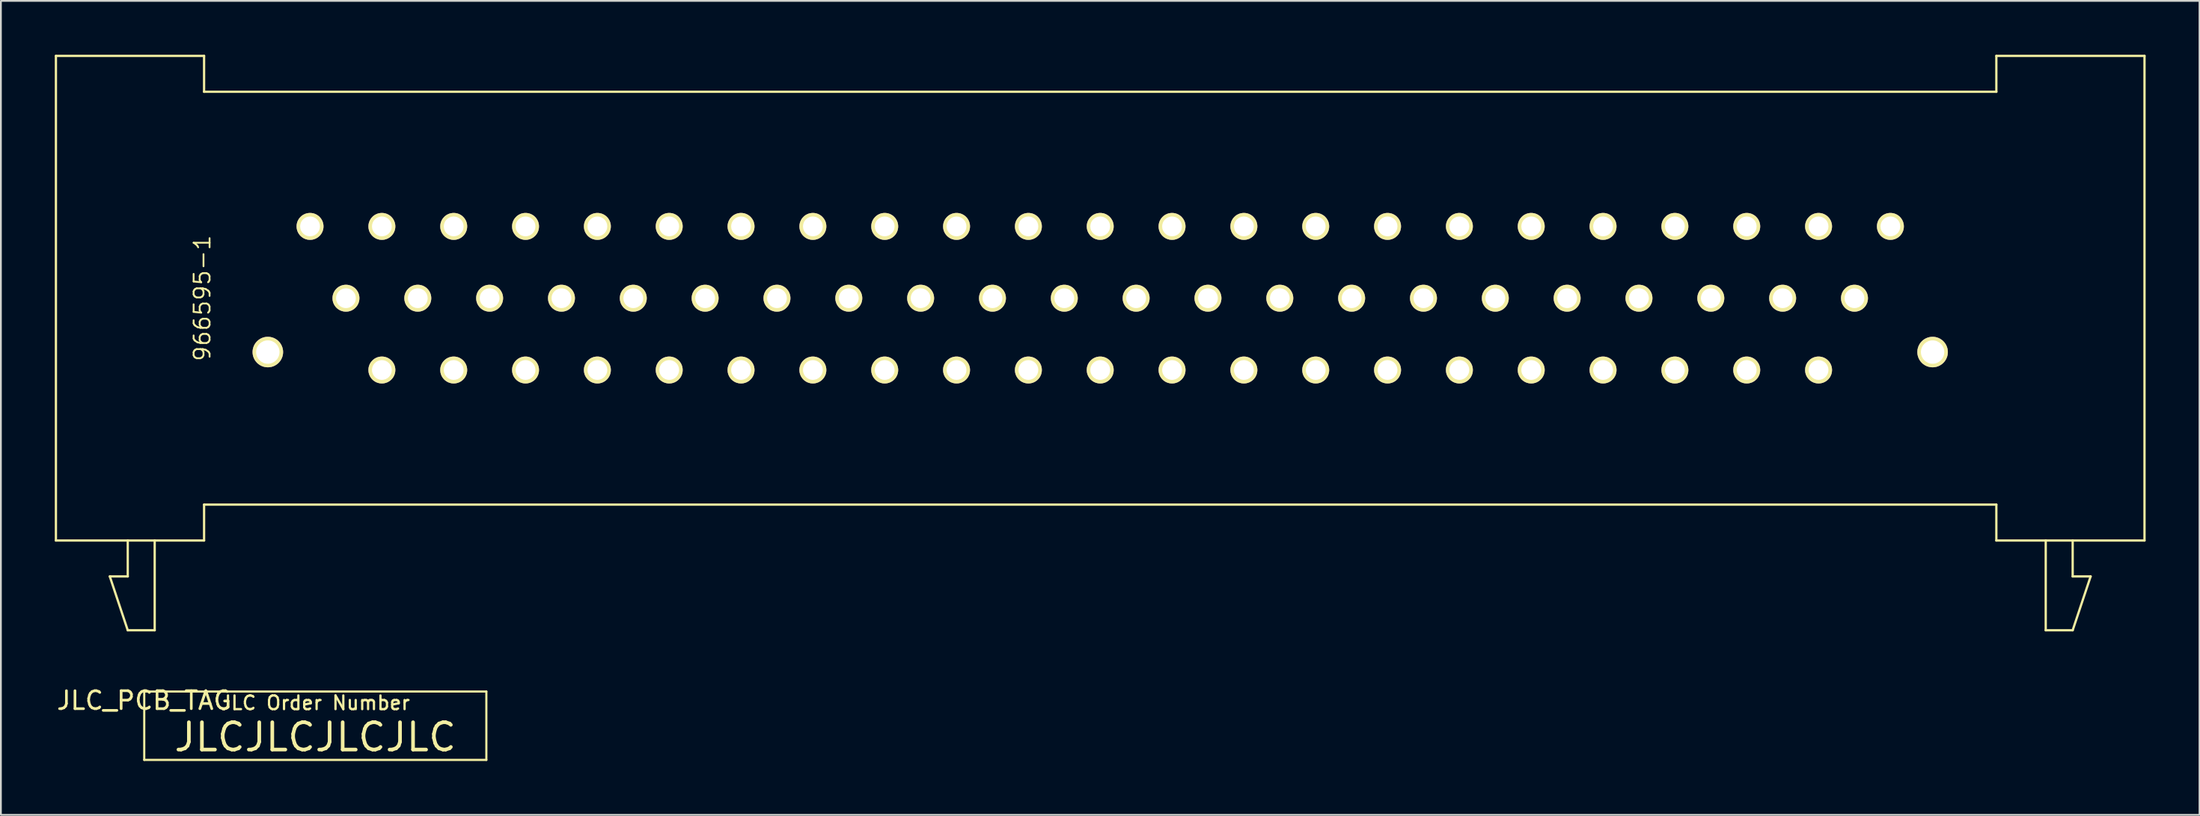
<source format=kicad_pcb>
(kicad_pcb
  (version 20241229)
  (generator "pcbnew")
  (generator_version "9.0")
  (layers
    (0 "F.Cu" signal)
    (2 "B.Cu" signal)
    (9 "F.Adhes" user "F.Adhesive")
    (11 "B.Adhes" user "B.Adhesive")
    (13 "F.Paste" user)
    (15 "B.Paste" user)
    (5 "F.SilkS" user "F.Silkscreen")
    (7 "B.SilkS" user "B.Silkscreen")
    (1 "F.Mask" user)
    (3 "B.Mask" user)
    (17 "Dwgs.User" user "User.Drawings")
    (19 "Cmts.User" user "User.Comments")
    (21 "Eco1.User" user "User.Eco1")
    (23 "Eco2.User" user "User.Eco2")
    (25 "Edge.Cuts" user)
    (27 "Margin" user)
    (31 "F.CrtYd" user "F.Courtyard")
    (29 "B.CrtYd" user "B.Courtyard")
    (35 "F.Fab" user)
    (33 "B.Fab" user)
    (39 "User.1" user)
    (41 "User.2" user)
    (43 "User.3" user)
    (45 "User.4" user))
  (footprint "966595-1"
    (layer "F.Cu")
    (at 58.214 13.563)
    (property "Reference" "966595-1" (at -50 0 90) (layer "F.SilkS") (effects (font (size 0.889 0.889) (thickness 0.102))))
    (attr through_hole)
    (fp_line (start -58.15 -13.5) (end -49.9 -13.5) (stroke (width 0.127) (type solid)) (layer "F.SilkS"))
    (fp_line (start -58.15 13.5) (end -58.15 -13.5) (stroke (width 0.127) (type solid)) (layer "F.SilkS"))
    (fp_line (start -54.15 15.5) (end -55.15 15.5) (stroke (width 0.127) (type solid)) (layer "F.SilkS"))
    (fp_line (start -54.15 15.5) (end -54.15 13.5) (stroke (width 0.127) (type solid)) (layer "F.SilkS"))
    (fp_line (start -54.15 18.5) (end -55.15 15.5) (stroke (width 0.127) (type solid)) (layer "F.SilkS"))
    (fp_line (start -52.65 18.5) (end -54.15 18.5) (stroke (width 0.127) (type solid)) (layer "F.SilkS"))
    (fp_line (start -52.65 18.5) (end -52.65 13.5) (stroke (width 0.127) (type solid)) (layer "F.SilkS"))
    (fp_line (start -49.9 -11.5) (end -49.9 -13.5) (stroke (width 0.127) (type solid)) (layer "F.SilkS"))
    (fp_line (start -49.9 11.5) (end 49.9 11.5) (stroke (width 0.127) (type solid)) (layer "F.SilkS"))
    (fp_line (start -49.9 13.5) (end -58.15 13.5) (stroke (width 0.127) (type solid)) (layer "F.SilkS"))
    (fp_line (start -49.9 13.5) (end -49.9 11.5) (stroke (width 0.127) (type solid)) (layer "F.SilkS"))
    (fp_line (start 49.9 -13.5) (end 49.9 -11.5) (stroke (width 0.127) (type solid)) (layer "F.SilkS"))
    (fp_line (start 49.9 -13.5) (end 58.15 -13.5) (stroke (width 0.127) (type solid)) (layer "F.SilkS"))
    (fp_line (start 49.9 -11.5) (end -49.9 -11.5) (stroke (width 0.127) (type solid)) (layer "F.SilkS"))
    (fp_line (start 49.9 11.5) (end 49.9 13.5) (stroke (width 0.127) (type solid)) (layer "F.SilkS"))
    (fp_line (start 52.65 18.5) (end 52.65 13.5) (stroke (width 0.127) (type solid)) (layer "F.SilkS"))
    (fp_line (start 52.65 18.5) (end 54.15 18.5) (stroke (width 0.127) (type solid)) (layer "F.SilkS"))
    (fp_line (start 54.15 15.5) (end 54.15 13.5) (stroke (width 0.127) (type solid)) (layer "F.SilkS"))
    (fp_line (start 54.15 15.5) (end 55.15 15.5) (stroke (width 0.127) (type solid)) (layer "F.SilkS"))
    (fp_line (start 54.15 18.5) (end 55.15 15.5) (stroke (width 0.127) (type solid)) (layer "F.SilkS"))
    (fp_line (start 58.15 -13.5) (end 58.15 13.5) (stroke (width 0.127) (type solid)) (layer "F.SilkS"))
    (fp_line (start 58.15 13.5) (end 49.9 13.5) (stroke (width 0.127) (type solid)) (layer "F.SilkS"))
    (pad "1" thru_hole circle (at -46.35 3) (size 1.7 1.7) (drill 1.3) (layers "*.Cu" "*.Mask" "F.SilkS"))
    (pad "2" thru_hole circle (at -40 4) (size 1.5 1.5) (drill 1.101) (layers "*.Cu" "*.Mask" "F.SilkS"))
    (pad "3" thru_hole circle (at -36 4) (size 1.5 1.5) (drill 1.101) (layers "*.Cu" "*.Mask" "F.SilkS"))
    (pad "4" thru_hole circle (at -32 4) (size 1.5 1.5) (drill 1.101) (layers "*.Cu" "*.Mask" "F.SilkS"))
    (pad "5" thru_hole circle (at -28 4) (size 1.5 1.5) (drill 1.101) (layers "*.Cu" "*.Mask" "F.SilkS"))
    (pad "6" thru_hole circle (at -24 4) (size 1.5 1.5) (drill 1.101) (layers "*.Cu" "*.Mask" "F.SilkS"))
    (pad "7" thru_hole circle (at -20 4) (size 1.5 1.5) (drill 1.101) (layers "*.Cu" "*.Mask" "F.SilkS"))
    (pad "8" thru_hole circle (at -16 4) (size 1.5 1.5) (drill 1.101) (layers "*.Cu" "*.Mask" "F.SilkS"))
    (pad "9" thru_hole circle (at -12 4) (size 1.5 1.5) (drill 1.101) (layers "*.Cu" "*.Mask" "F.SilkS"))
    (pad "10" thru_hole circle (at -8 4) (size 1.5 1.5) (drill 1.101) (layers "*.Cu" "*.Mask" "F.SilkS"))
    (pad "11" thru_hole circle (at -4 4) (size 1.5 1.5) (drill 1.101) (layers "*.Cu" "*.Mask" "F.SilkS"))
    (pad "12" thru_hole circle (at 0 4) (size 1.5 1.5) (drill 1.101) (layers "*.Cu" "*.Mask" "F.SilkS"))
    (pad "13" thru_hole circle (at 4 4) (size 1.5 1.5) (drill 1.101) (layers "*.Cu" "*.Mask" "F.SilkS"))
    (pad "14" thru_hole circle (at 8 4) (size 1.5 1.5) (drill 1.101) (layers "*.Cu" "*.Mask" "F.SilkS"))
    (pad "15" thru_hole circle (at 12 4) (size 1.5 1.5) (drill 1.101) (layers "*.Cu" "*.Mask" "F.SilkS"))
    (pad "16" thru_hole circle (at 16 4) (size 1.5 1.5) (drill 1.101) (layers "*.Cu" "*.Mask" "F.SilkS"))
    (pad "17" thru_hole circle (at 20 4) (size 1.5 1.5) (drill 1.101) (layers "*.Cu" "*.Mask" "F.SilkS"))
    (pad "18" thru_hole circle (at 24 4) (size 1.5 1.5) (drill 1.101) (layers "*.Cu" "*.Mask" "F.SilkS"))
    (pad "19" thru_hole circle (at 28 4) (size 1.5 1.5) (drill 1.101) (layers "*.Cu" "*.Mask" "F.SilkS"))
    (pad "20" thru_hole circle (at 32 4) (size 1.5 1.5) (drill 1.101) (layers "*.Cu" "*.Mask" "F.SilkS"))
    (pad "21" thru_hole circle (at 36 4) (size 1.5 1.5) (drill 1.101) (layers "*.Cu" "*.Mask" "F.SilkS"))
    (pad "22" thru_hole circle (at 40 4) (size 1.5 1.5) (drill 1.101) (layers "*.Cu" "*.Mask" "F.SilkS"))
    (pad "23" thru_hole circle (at 46.35 3) (size 1.7 1.7) (drill 1.3) (layers "*.Cu" "*.Mask" "F.SilkS"))
    (pad "24" thru_hole circle (at -42 0 180) (size 1.5 1.5) (drill 1.101) (layers "*.Cu" "*.Mask" "F.SilkS"))
    (pad "25" thru_hole circle (at -38 0 180) (size 1.5 1.5) (drill 1.101) (layers "*.Cu" "*.Mask" "F.SilkS"))
    (pad "26" thru_hole circle (at -34 0 180) (size 1.5 1.5) (drill 1.101) (layers "*.Cu" "*.Mask" "F.SilkS"))
    (pad "27" thru_hole circle (at -30 0 180) (size 1.5 1.5) (drill 1.101) (layers "*.Cu" "*.Mask" "F.SilkS"))
    (pad "28" thru_hole circle (at -26 0 180) (size 1.5 1.5) (drill 1.101) (layers "*.Cu" "*.Mask" "F.SilkS"))
    (pad "29" thru_hole circle (at -22 0 180) (size 1.5 1.5) (drill 1.101) (layers "*.Cu" "*.Mask" "F.SilkS"))
    (pad "30" thru_hole circle (at -18 0 180) (size 1.5 1.5) (drill 1.101) (layers "*.Cu" "*.Mask" "F.SilkS"))
    (pad "31" thru_hole circle (at -14 0 180) (size 1.5 1.5) (drill 1.101) (layers "*.Cu" "*.Mask" "F.SilkS"))
    (pad "32" thru_hole circle (at -10 0 180) (size 1.5 1.5) (drill 1.101) (layers "*.Cu" "*.Mask" "F.SilkS"))
    (pad "33" thru_hole circle (at -6 0 180) (size 1.5 1.5) (drill 1.101) (layers "*.Cu" "*.Mask" "F.SilkS"))
    (pad "34" thru_hole circle (at -2 0 180) (size 1.5 1.5) (drill 1.101) (layers "*.Cu" "*.Mask" "F.SilkS"))
    (pad "35" thru_hole circle (at 2 0 180) (size 1.5 1.5) (drill 1.101) (layers "*.Cu" "*.Mask" "F.SilkS"))
    (pad "36" thru_hole circle (at 6 0 180) (size 1.5 1.5) (drill 1.101) (layers "*.Cu" "*.Mask" "F.SilkS"))
    (pad "37" thru_hole circle (at 10 0 180) (size 1.5 1.5) (drill 1.101) (layers "*.Cu" "*.Mask" "F.SilkS"))
    (pad "38" thru_hole circle (at 14 0 180) (size 1.5 1.5) (drill 1.101) (layers "*.Cu" "*.Mask" "F.SilkS"))
    (pad "39" thru_hole circle (at 18 0 180) (size 1.5 1.5) (drill 1.101) (layers "*.Cu" "*.Mask" "F.SilkS"))
    (pad "40" thru_hole circle (at 22 0 180) (size 1.5 1.5) (drill 1.101) (layers "*.Cu" "*.Mask" "F.SilkS"))
    (pad "41" thru_hole circle (at 26 0 180) (size 1.5 1.5) (drill 1.101) (layers "*.Cu" "*.Mask" "F.SilkS"))
    (pad "42" thru_hole circle (at 30 0 180) (size 1.5 1.5) (drill 1.101) (layers "*.Cu" "*.Mask" "F.SilkS"))
    (pad "43" thru_hole circle (at 34 0 180) (size 1.5 1.5) (drill 1.101) (layers "*.Cu" "*.Mask" "F.SilkS"))
    (pad "44" thru_hole circle (at 38 0 180) (size 1.5 1.5) (drill 1.101) (layers "*.Cu" "*.Mask" "F.SilkS"))
    (pad "45" thru_hole circle (at 42 0 180) (size 1.5 1.5) (drill 1.101) (layers "*.Cu" "*.Mask" "F.SilkS"))
    (pad "46" thru_hole circle (at -44 -4 180) (size 1.5 1.5) (drill 1.101) (layers "*.Cu" "*.Mask" "F.SilkS"))
    (pad "47" thru_hole circle (at -40 -4 180) (size 1.5 1.5) (drill 1.101) (layers "*.Cu" "*.Mask" "F.SilkS"))
    (pad "48" thru_hole circle (at -36 -4 180) (size 1.5 1.5) (drill 1.101) (layers "*.Cu" "*.Mask" "F.SilkS"))
    (pad "49" thru_hole circle (at -32 -4 180) (size 1.5 1.5) (drill 1.101) (layers "*.Cu" "*.Mask" "F.SilkS"))
    (pad "50" thru_hole circle (at -28 -4 180) (size 1.5 1.5) (drill 1.101) (layers "*.Cu" "*.Mask" "F.SilkS"))
    (pad "51" thru_hole circle (at -24 -4 180) (size 1.5 1.5) (drill 1.101) (layers "*.Cu" "*.Mask" "F.SilkS"))
    (pad "52" thru_hole circle (at -20 -4 180) (size 1.5 1.5) (drill 1.101) (layers "*.Cu" "*.Mask" "F.SilkS"))
    (pad "53" thru_hole circle (at -16 -4 180) (size 1.5 1.5) (drill 1.101) (layers "*.Cu" "*.Mask" "F.SilkS"))
    (pad "54" thru_hole circle (at -12 -4 180) (size 1.5 1.5) (drill 1.101) (layers "*.Cu" "*.Mask" "F.SilkS"))
    (pad "55" thru_hole circle (at -8 -4 180) (size 1.5 1.5) (drill 1.101) (layers "*.Cu" "*.Mask" "F.SilkS"))
    (pad "56" thru_hole circle (at -4 -4 180) (size 1.5 1.5) (drill 1.101) (layers "*.Cu" "*.Mask" "F.SilkS"))
    (pad "57" thru_hole circle (at 0 -4 180) (size 1.5 1.5) (drill 1.101) (layers "*.Cu" "*.Mask" "F.SilkS"))
    (pad "58" thru_hole circle (at 4 -4 180) (size 1.5 1.5) (drill 1.101) (layers "*.Cu" "*.Mask" "F.SilkS"))
    (pad "59" thru_hole circle (at 8 -4 180) (size 1.5 1.5) (drill 1.101) (layers "*.Cu" "*.Mask" "F.SilkS"))
    (pad "60" thru_hole circle (at 12 -4 180) (size 1.5 1.5) (drill 1.101) (layers "*.Cu" "*.Mask" "F.SilkS"))
    (pad "61" thru_hole circle (at 16 -4 180) (size 1.5 1.5) (drill 1.101) (layers "*.Cu" "*.Mask" "F.SilkS"))
    (pad "62" thru_hole circle (at 20 -4 180) (size 1.5 1.5) (drill 1.101) (layers "*.Cu" "*.Mask" "F.SilkS"))
    (pad "63" thru_hole circle (at 24 -4 180) (size 1.5 1.5) (drill 1.101) (layers "*.Cu" "*.Mask" "F.SilkS"))
    (pad "64" thru_hole circle (at 28 -4 180) (size 1.5 1.5) (drill 1.101) (layers "*.Cu" "*.Mask" "F.SilkS"))
    (pad "65" thru_hole circle (at 32 -4 180) (size 1.5 1.5) (drill 1.101) (layers "*.Cu" "*.Mask" "F.SilkS"))
    (pad "66" thru_hole circle (at 36 -4 180) (size 1.5 1.5) (drill 1.101) (layers "*.Cu" "*.Mask" "F.SilkS"))
    (pad "67" thru_hole circle (at 40 -4 180) (size 1.5 1.5) (drill 1.101) (layers "*.Cu" "*.Mask" "F.SilkS"))
    (pad "68" thru_hole circle (at 44 -4 180) (size 1.5 1.5) (drill 1.101) (layers "*.Cu" "*.Mask" "F.SilkS")))
  (footprint "JLC_PCB_TAG"
    (layer "F.Cu")
    (at 4.982 35.475)
    (property "Reference" "JLC_PCB_TAG" (at 0 0.5 0) (layer "F.SilkS") (effects (font (size 1 1) (thickness 0.15))))
    (attr through_hole)
    (fp_line (start 0 0) (end 19.05 0) (stroke (width 0.12) (type solid)) (layer "F.SilkS"))
    (fp_line (start 0 3.81) (end 0 0) (stroke (width 0.12) (type solid)) (layer "F.SilkS"))
    (fp_line (start 19.05 0) (end 19.05 3.81) (stroke (width 0.12) (type solid)) (layer "F.SilkS"))
    (fp_line (start 19.05 3.81) (end 0 3.81) (stroke (width 0.12) (type solid)) (layer "F.SilkS"))
    (fp_text user "JLC Order Number" (at 9.525 0.635 0) (layer "F.SilkS") (effects (font (size 0.762 0.762) (thickness 0.127))))
    (fp_text user "JLCJLCJLCJLC" (at 9.525 2.54 0) (layer "F.SilkS") (effects (font (size 1.524 1.524) (thickness 0.203)))))
  (gr_rect
    (start -3 -3)
    (end 119.427 42.345)
    (stroke (width 0.1) (type default))
    (fill no)
    (layer "Edge.Cuts")))
</source>
